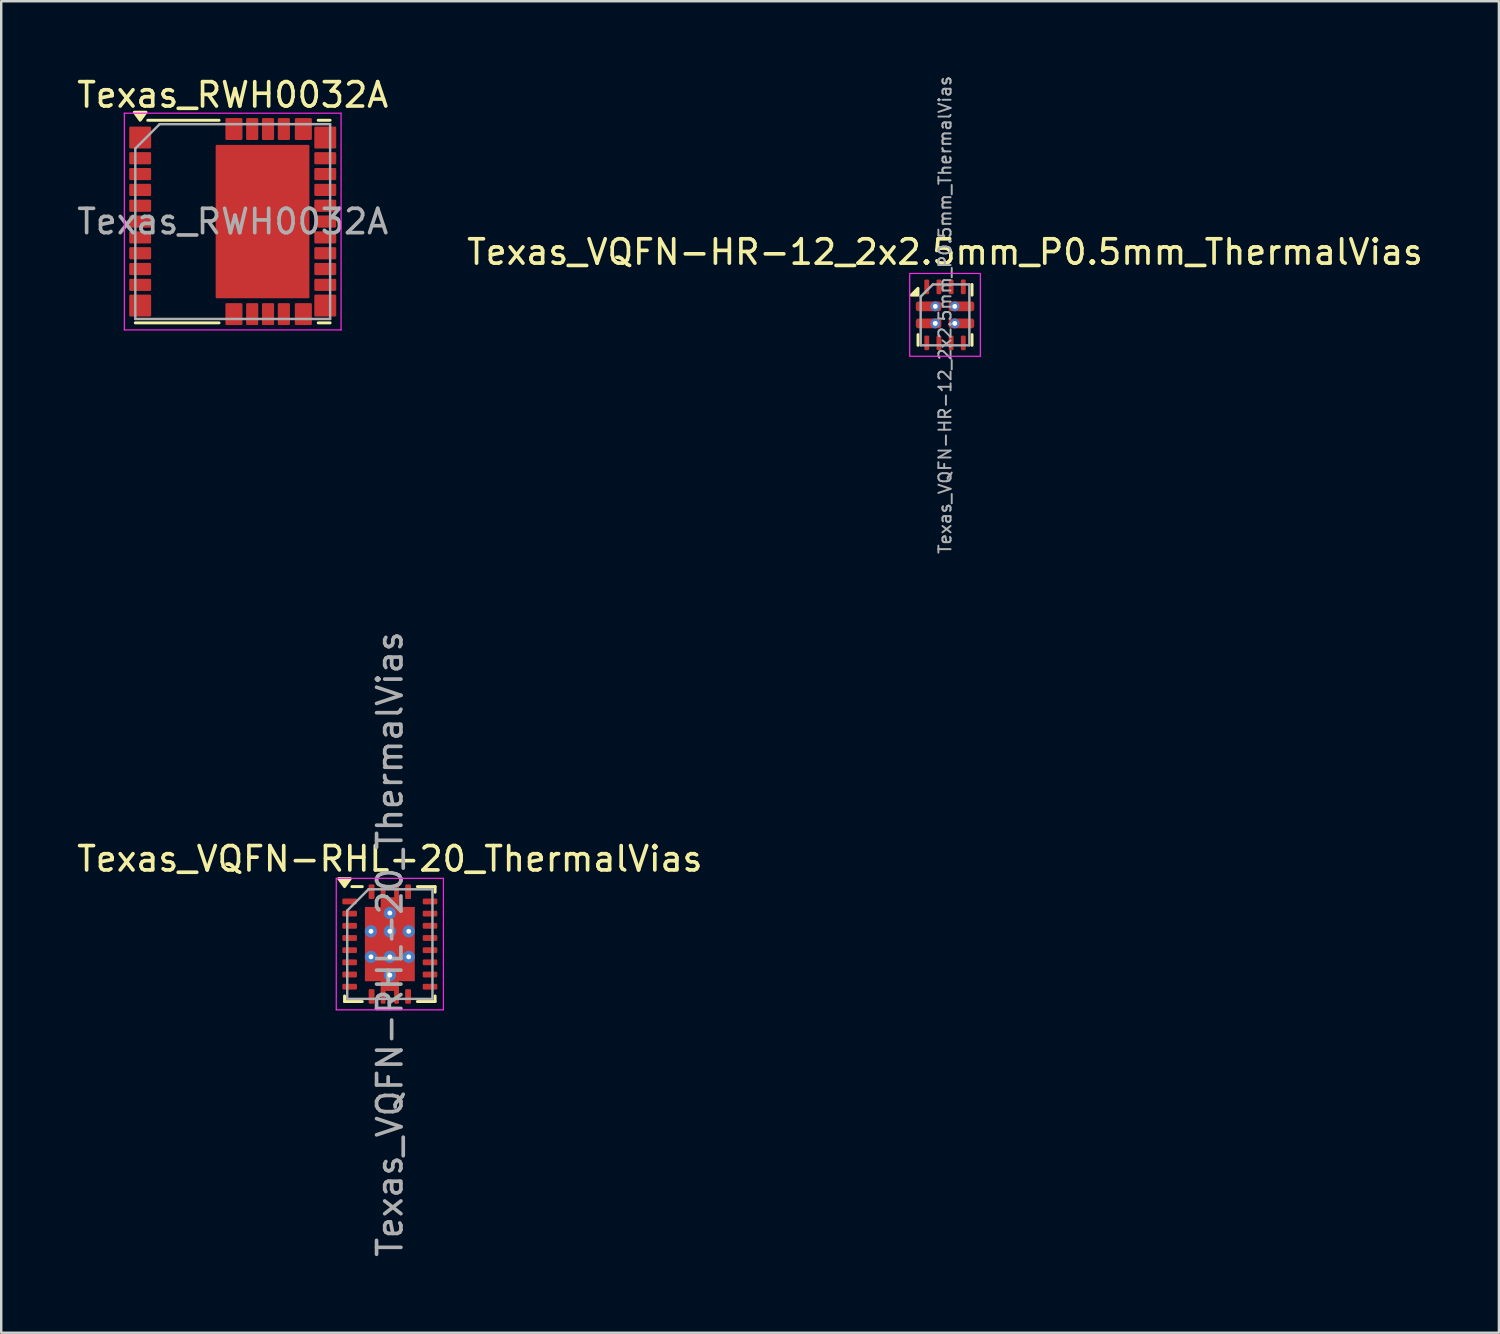
<source format=kicad_pcb>
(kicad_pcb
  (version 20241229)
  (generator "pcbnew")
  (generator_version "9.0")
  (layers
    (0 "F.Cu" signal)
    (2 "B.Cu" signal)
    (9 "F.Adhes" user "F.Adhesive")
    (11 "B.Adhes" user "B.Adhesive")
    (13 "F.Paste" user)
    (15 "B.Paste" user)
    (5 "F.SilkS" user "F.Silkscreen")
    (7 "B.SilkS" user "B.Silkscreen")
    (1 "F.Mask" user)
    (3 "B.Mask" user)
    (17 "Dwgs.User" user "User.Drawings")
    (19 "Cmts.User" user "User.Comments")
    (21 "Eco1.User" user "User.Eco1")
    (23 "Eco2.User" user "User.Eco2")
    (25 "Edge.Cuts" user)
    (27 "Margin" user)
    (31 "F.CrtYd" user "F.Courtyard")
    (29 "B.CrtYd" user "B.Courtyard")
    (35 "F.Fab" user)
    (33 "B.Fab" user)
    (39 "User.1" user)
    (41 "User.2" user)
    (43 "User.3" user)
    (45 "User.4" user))
  (footprint "Texas_VQFN-RHL-20_ThermalVias"
    (layer "F.Cu")
    (at 12.958 35.717)
    (property "Reference" "Texas_VQFN-RHL-20_ThermalVias" (at 0 -3.5 0) (layer "F.SilkS") (effects (font (size 1 1) (thickness 0.15))))
    (attr smd)
    (fp_line (start -1.86 2.13) (end -1.86 2.36) (stroke (width 0.12) (type solid)) (layer "F.SilkS"))
    (fp_line (start -1.86 2.36) (end -1.13 2.36) (stroke (width 0.12) (type solid)) (layer "F.SilkS"))
    (fp_line (start -1.13 -2.36) (end -1.56 -2.36) (stroke (width 0.12) (type solid)) (layer "F.SilkS"))
    (fp_line (start 1.13 -2.36) (end 1.86 -2.36) (stroke (width 0.12) (type solid)) (layer "F.SilkS"))
    (fp_line (start 1.13 2.36) (end 1.86 2.36) (stroke (width 0.12) (type solid)) (layer "F.SilkS"))
    (fp_line (start 1.86 -2.36) (end 1.86 -2.13) (stroke (width 0.12) (type solid)) (layer "F.SilkS"))
    (fp_line (start 1.86 2.13) (end 1.86 2.36) (stroke (width 0.12) (type solid)) (layer "F.SilkS"))
    (fp_poly (pts (xy -1.86 -2.36) (xy -2.1 -2.69) (xy -1.62 -2.69) (xy -1.86 -2.36)) (stroke (width 0.12) (type solid)) (fill yes) (layer "F.SilkS"))
    (fp_line (start -2.2 -2.7) (end -2.2 2.7) (stroke (width 0.05) (type solid)) (layer "F.CrtYd"))
    (fp_line (start -2.2 -2.7) (end 2.2 -2.7) (stroke (width 0.05) (type solid)) (layer "F.CrtYd"))
    (fp_line (start -2.2 2.7) (end 2.2 2.7) (stroke (width 0.05) (type solid)) (layer "F.CrtYd"))
    (fp_line (start 2.2 -2.7) (end 2.2 2.7) (stroke (width 0.05) (type solid)) (layer "F.CrtYd"))
    (fp_line (start -1.75 -1.375) (end -1.75 2.25) (stroke (width 0.1) (type solid)) (layer "F.Fab"))
    (fp_line (start -1.75 -1.375) (end -0.875 -2.25) (stroke (width 0.1) (type solid)) (layer "F.Fab"))
    (fp_line (start -1.75 2.25) (end 1.75 2.25) (stroke (width 0.1) (type solid)) (layer "F.Fab"))
    (fp_line (start -0.875 -2.25) (end 1.75 -2.25) (stroke (width 0.1) (type solid)) (layer "F.Fab"))
    (fp_line (start 1.75 -2.25) (end 1.75 2.25) (stroke (width 0.1) (type solid)) (layer "F.Fab"))
    (fp_text user "${REFERENCE}" (at 0 0 90) (layer "F.Fab") (effects (font (size 1 1) (thickness 0.15))))
    (pad "" smd rect (at -0.56 -1.05) (size 0.92 0.85) (layers "F.Paste"))
    (pad "" smd rect (at -0.56 0) (size 0.92 0.85) (layers "F.Paste"))
    (pad "" smd rect (at -0.56 1.05) (size 0.92 0.85) (layers "F.Paste"))
    (pad "" smd rect (at 0 -1.8) (size 0.75 0.25) (layers "F.Paste"))
    (pad "" smd rect (at 0 1.8) (size 0.75 0.25) (layers "F.Paste"))
    (pad "" smd rect (at 0.56 -1.05) (size 0.92 0.85) (layers "F.Paste"))
    (pad "" smd rect (at 0.56 0) (size 0.92 0.85) (layers "F.Paste"))
    (pad "" smd rect (at 0.56 1.05) (size 0.92 0.85) (layers "F.Paste"))
    (pad "1" smd roundrect (at -0.75 -2.15) (size 0.24 0.6) (layers "F.Cu" "F.Mask" "F.Paste") (roundrect_rratio 0.21))
    (pad "2" smd roundrect (at -1.65 -1.75) (size 0.6 0.24) (layers "F.Cu" "F.Mask" "F.Paste") (roundrect_rratio 0.21))
    (pad "3" smd roundrect (at -1.65 -1.25) (size 0.6 0.24) (layers "F.Cu" "F.Mask" "F.Paste") (roundrect_rratio 0.21))
    (pad "4" smd roundrect (at -1.65 -0.75) (size 0.6 0.24) (layers "F.Cu" "F.Mask" "F.Paste") (roundrect_rratio 0.21))
    (pad "5" smd roundrect (at -1.65 -0.25) (size 0.6 0.24) (layers "F.Cu" "F.Mask" "F.Paste") (roundrect_rratio 0.21))
    (pad "6" smd roundrect (at -1.65 0.25) (size 0.6 0.24) (layers "F.Cu" "F.Mask" "F.Paste") (roundrect_rratio 0.21))
    (pad "7" smd roundrect (at -1.65 0.75) (size 0.6 0.24) (layers "F.Cu" "F.Mask" "F.Paste") (roundrect_rratio 0.21))
    (pad "8" smd roundrect (at -1.65 1.25) (size 0.6 0.24) (layers "F.Cu" "F.Mask" "F.Paste") (roundrect_rratio 0.21))
    (pad "9" smd roundrect (at -1.65 1.75) (size 0.6 0.24) (layers "F.Cu" "F.Mask" "F.Paste") (roundrect_rratio 0.21))
    (pad "10" smd roundrect (at -0.75 2.15) (size 0.24 0.6) (layers "F.Cu" "F.Mask" "F.Paste") (roundrect_rratio 0.21))
    (pad "11" smd roundrect (at 0.75 2.15) (size 0.24 0.6) (layers "F.Cu" "F.Mask" "F.Paste") (roundrect_rratio 0.21))
    (pad "12" smd roundrect (at 1.65 1.75) (size 0.6 0.24) (layers "F.Cu" "F.Mask" "F.Paste") (roundrect_rratio 0.21))
    (pad "13" smd roundrect (at 1.65 1.25) (size 0.6 0.24) (layers "F.Cu" "F.Mask" "F.Paste") (roundrect_rratio 0.21))
    (pad "14" smd roundrect (at 1.65 0.75) (size 0.6 0.24) (layers "F.Cu" "F.Mask" "F.Paste") (roundrect_rratio 0.21))
    (pad "15" smd roundrect (at 1.65 0.25) (size 0.6 0.24) (layers "F.Cu" "F.Mask" "F.Paste") (roundrect_rratio 0.21))
    (pad "16" smd roundrect (at 1.65 -0.25) (size 0.6 0.24) (layers "F.Cu" "F.Mask" "F.Paste") (roundrect_rratio 0.21))
    (pad "17" smd roundrect (at 1.65 -0.75) (size 0.6 0.24) (layers "F.Cu" "F.Mask" "F.Paste") (roundrect_rratio 0.21))
    (pad "18" smd roundrect (at 1.65 -1.25) (size 0.6 0.24) (layers "F.Cu" "F.Mask" "F.Paste") (roundrect_rratio 0.21))
    (pad "19" smd roundrect (at 1.65 -1.75) (size 0.6 0.24) (layers "F.Cu" "F.Mask" "F.Paste") (roundrect_rratio 0.21))
    (pad "20" smd roundrect (at 0.75 -2.15) (size 0.24 0.6) (layers "F.Cu" "F.Mask" "F.Paste") (roundrect_rratio 0.21))
    (pad "21" thru_hole circle (at -0.775 -0.525) (size 0.5 0.5) (drill 0.2) (layers "*.Cu"))
    (pad "21" thru_hole circle (at -0.775 0.525) (size 0.5 0.5) (drill 0.2) (layers "*.Cu"))
    (pad "21" smd roundrect (at -0.275 -2.15) (size 0.2 0.6) (layers "F.Cu" "F.Mask" "F.Paste") (roundrect_rratio 0.25))
    (pad "21" smd roundrect (at -0.275 2.15) (size 0.2 0.6) (layers "F.Cu" "F.Mask" "F.Paste") (roundrect_rratio 0.25))
    (pad "21" thru_hole circle (at 0 -1.275) (size 0.5 0.5) (drill 0.2) (layers "*.Cu"))
    (pad "21" thru_hole circle (at 0 -0.525) (size 0.5 0.5) (drill 0.2) (layers "*.Cu"))
    (pad "21" smd custom (at 0 0) (size 1.524 1.524) (layers "F.Cu" "F.Mask") (options (anchor rect)) (primitives (gr_poly (pts (xy 0.375 -1.525) (xy 1.025 -1.525) (xy 1.025 1.525) (xy 0.375 1.525) (xy 0.375 1.925) (xy -0.375 1.925) (xy -0.375 1.525) (xy -1.025 1.525) (xy -1.025 -1.525) (xy -0.375 -1.525) (xy -0.375 -1.925) (xy 0.375 -1.925)) (width 0) (fill yes))))
    (pad "21" thru_hole circle (at 0 0.525) (size 0.5 0.5) (drill 0.2) (layers "*.Cu"))
    (pad "21" thru_hole circle (at 0 1.275) (size 0.5 0.5) (drill 0.2) (layers "*.Cu"))
    (pad "21" smd roundrect (at 0.275 -2.15) (size 0.2 0.6) (layers "F.Cu" "F.Mask" "F.Paste") (roundrect_rratio 0.25))
    (pad "21" smd roundrect (at 0.275 2.15) (size 0.2 0.6) (layers "F.Cu" "F.Mask" "F.Paste") (roundrect_rratio 0.25))
    (pad "21" thru_hole circle (at 0.775 -0.525) (size 0.5 0.5) (drill 0.2) (layers "*.Cu"))
    (pad "21" thru_hole circle (at 0.775 0.525) (size 0.5 0.5) (drill 0.2) (layers "*.Cu")))
  (footprint "Texas_VQFN-HR-12_2x2.5mm_P0.5mm_ThermalVias"
    (layer "F.Cu")
    (at 35.756 9.88)
    (property "Reference" "Texas_VQFN-HR-12_2x2.5mm_P0.5mm_ThermalVias" (at 0 -2.58 0) (layer "F.SilkS") (effects (font (size 1 1) (thickness 0.15))))
    (attr smd)
    (fp_line (start -1.11 1.25) (end -1.11 0.81) (stroke (width 0.12) (type solid)) (layer "F.SilkS"))
    (fp_line (start 1.11 -1.25) (end 1.11 -0.81) (stroke (width 0.12) (type solid)) (layer "F.SilkS"))
    (fp_line (start 1.11 1.25) (end 1.11 0.81) (stroke (width 0.12) (type solid)) (layer "F.SilkS"))
    (fp_poly (pts (xy -1.11 -0.81) (xy -1.39 -0.81) (xy -1.11 -1.09) (xy -1.11 -0.81)) (stroke (width 0.12) (type solid)) (fill yes) (layer "F.SilkS"))
    (fp_line (start -1.45 -1.7) (end -1.45 1.7) (stroke (width 0.05) (type solid)) (layer "F.CrtYd"))
    (fp_line (start -1.45 1.7) (end 1.45 1.7) (stroke (width 0.05) (type solid)) (layer "F.CrtYd"))
    (fp_line (start 1.45 -1.7) (end -1.45 -1.7) (stroke (width 0.05) (type solid)) (layer "F.CrtYd"))
    (fp_line (start 1.45 1.7) (end 1.45 -1.7) (stroke (width 0.05) (type solid)) (layer "F.CrtYd"))
    (fp_line (start -1 -0.75) (end -0.5 -1.25) (stroke (width 0.1) (type solid)) (layer "F.Fab"))
    (fp_line (start -1 1.25) (end -1 -0.75) (stroke (width 0.1) (type solid)) (layer "F.Fab"))
    (fp_line (start -0.5 -1.25) (end 1 -1.25) (stroke (width 0.1) (type solid)) (layer "F.Fab"))
    (fp_line (start 1 -1.25) (end 1 1.25) (stroke (width 0.1) (type solid)) (layer "F.Fab"))
    (fp_line (start 1 1.25) (end -1 1.25) (stroke (width 0.1) (type solid)) (layer "F.Fab"))
    (fp_text user "${REFERENCE}" (at 0 0 90) (layer "F.Fab") (effects (font (size 0.5 0.5) (thickness 0.08))))
    (pad "1" smd roundrect (at -0.675 -0.35) (size 1.05 0.4) (layers "F.Cu" "F.Mask" "F.Paste") (roundrect_rratio 0.25))
    (pad "1" thru_hole circle (at -0.4 -0.35) (size 0.4 0.4) (drill 0.2) (layers "*.Cu"))
    (pad "2" smd roundrect (at -0.675 0.35) (size 1.05 0.4) (layers "F.Cu" "F.Mask" "F.Paste") (roundrect_rratio 0.25))
    (pad "2" thru_hole circle (at -0.4 0.35) (size 0.4 0.4) (drill 0.2) (layers "*.Cu"))
    (pad "3" smd roundrect (at -0.75 1.15) (size 0.2 0.6) (layers "F.Cu" "F.Mask" "F.Paste") (roundrect_rratio 0.25))
    (pad "4" smd roundrect (at -0.25 1.15) (size 0.2 0.6) (layers "F.Cu" "F.Mask" "F.Paste") (roundrect_rratio 0.25))
    (pad "5" smd roundrect (at 0.25 1.15) (size 0.2 0.6) (layers "F.Cu" "F.Mask" "F.Paste") (roundrect_rratio 0.25))
    (pad "6" smd roundrect (at 0.75 1.15) (size 0.2 0.6) (layers "F.Cu" "F.Mask" "F.Paste") (roundrect_rratio 0.25))
    (pad "7" thru_hole circle (at 0.4 0.35) (size 0.4 0.4) (drill 0.2) (layers "*.Cu"))
    (pad "7" smd roundrect (at 0.675 0.35) (size 1.05 0.4) (layers "F.Cu" "F.Mask" "F.Paste") (roundrect_rratio 0.25))
    (pad "8" thru_hole circle (at 0.4 -0.35) (size 0.4 0.4) (drill 0.2) (layers "*.Cu"))
    (pad "8" smd roundrect (at 0.675 -0.35) (size 1.05 0.4) (layers "F.Cu" "F.Mask" "F.Paste") (roundrect_rratio 0.25))
    (pad "9" smd roundrect (at 0.75 -1.15) (size 0.2 0.6) (layers "F.Cu" "F.Mask" "F.Paste") (roundrect_rratio 0.25))
    (pad "10" smd roundrect (at 0.25 -1.15) (size 0.2 0.6) (layers "F.Cu" "F.Mask" "F.Paste") (roundrect_rratio 0.25))
    (pad "11" smd roundrect (at -0.25 -1.15) (size 0.2 0.6) (layers "F.Cu" "F.Mask" "F.Paste") (roundrect_rratio 0.25))
    (pad "12" smd roundrect (at -0.75 -1.15) (size 0.2 0.6) (layers "F.Cu" "F.Mask" "F.Paste") (roundrect_rratio 0.25)))
  (footprint "Texas_RWH0032A"
    (layer "F.Cu")
    (at 6.506 6.048)
    (property "Reference" "Texas_RWH0032A" (at 0 -5.2 0) (layer "F.SilkS") (effects (font (size 1 1) (thickness 0.15))))
    (attr smd)
    (fp_line (start -3.49 -4.16) (end -0.56 -4.16) (stroke (width 0.12) (type solid)) (layer "F.SilkS"))
    (fp_line (start -0.56 4.16) (end -4 4.16) (stroke (width 0.12) (type solid)) (layer "F.SilkS"))
    (fp_line (start 3.51 -4.16) (end 4 -4.16) (stroke (width 0.12) (type solid)) (layer "F.SilkS"))
    (fp_line (start 4 4.16) (end 3.51 4.16) (stroke (width 0.12) (type solid)) (layer "F.SilkS"))
    (fp_poly (pts (xy -3.8 -4.16) (xy -4.04 -4.49) (xy -3.56 -4.49) (xy -3.8 -4.16)) (stroke (width 0.12) (type solid)) (fill yes) (layer "F.SilkS"))
    (fp_line (start -4.45 -4.45) (end 4.45 -4.45) (stroke (width 0.05) (type solid)) (layer "F.CrtYd"))
    (fp_line (start -4.45 4.45) (end -4.45 -4.45) (stroke (width 0.05) (type solid)) (layer "F.CrtYd"))
    (fp_line (start 4.45 -4.45) (end 4.45 4.45) (stroke (width 0.05) (type solid)) (layer "F.CrtYd"))
    (fp_line (start 4.45 4.45) (end -4.45 4.45) (stroke (width 0.05) (type solid)) (layer "F.CrtYd"))
    (fp_line (start -4 4) (end -4 -3) (stroke (width 0.1) (type solid)) (layer "F.Fab"))
    (fp_line (start -3 -4) (end -4 -3) (stroke (width 0.1) (type solid)) (layer "F.Fab"))
    (fp_line (start -3 -4) (end 4 -4) (stroke (width 0.1) (type solid)) (layer "F.Fab"))
    (fp_line (start 4 -4) (end 4 4) (stroke (width 0.1) (type solid)) (layer "F.Fab"))
    (fp_line (start 4 4) (end -4 4) (stroke (width 0.1) (type solid)) (layer "F.Fab"))
    (fp_text user "${REFERENCE}" (at 0 0 0) (layer "F.Fab") (effects (font (size 1 1) (thickness 0.15))))
    (pad "" smd roundrect (at -3.8 -2.6) (size 0.76 0.4) (layers "F.Paste") (roundrect_rratio 0.125))
    (pad "" smd roundrect (at -3.8 -1.95) (size 0.76 0.4) (layers "F.Paste") (roundrect_rratio 0.125))
    (pad "" smd roundrect (at -3.8 -1.3) (size 0.76 0.4) (layers "F.Paste") (roundrect_rratio 0.125))
    (pad "" smd roundrect (at -3.8 -0.65) (size 0.76 0.4) (layers "F.Paste") (roundrect_rratio 0.125))
    (pad "" smd roundrect (at -3.8 0) (size 0.76 0.4) (layers "F.Paste") (roundrect_rratio 0.125))
    (pad "" smd roundrect (at -3.8 0.65) (size 0.76 0.4) (layers "F.Paste") (roundrect_rratio 0.125))
    (pad "" smd roundrect (at -3.8 1.3) (size 0.76 0.4) (layers "F.Paste") (roundrect_rratio 0.125))
    (pad "" smd roundrect (at -3.8 1.95) (size 0.76 0.4) (layers "F.Paste") (roundrect_rratio 0.125))
    (pad "" smd roundrect (at -3.8 2.6) (size 0.76 0.4) (layers "F.Paste") (roundrect_rratio 0.125))
    (pad "" smd roundrect (at 0.05 -3.8) (size 0.6 0.76) (layers "F.Paste") (roundrect_rratio 0.084))
    (pad "" smd roundrect (at 0.05 3.8) (size 0.6 0.76) (layers "F.Paste") (roundrect_rratio 0.084))
    (pad "" smd roundrect (at 0.325 -2.38) (size 1.6 0.99) (layers "F.Paste") (roundrect_rratio 0.051))
    (pad "" smd roundrect (at 0.325 -1.19) (size 1.6 0.99) (layers "F.Paste") (roundrect_rratio 0.051))
    (pad "" smd roundrect (at 0.325 0) (size 1.6 0.99) (layers "F.Paste") (roundrect_rratio 0.051))
    (pad "" smd roundrect (at 0.325 1.19) (size 1.6 0.99) (layers "F.Paste") (roundrect_rratio 0.051))
    (pad "" smd roundrect (at 0.325 2.38) (size 1.6 0.99) (layers "F.Paste") (roundrect_rratio 0.051))
    (pad "" smd roundrect (at 0.8 -3.8) (size 0.4 0.76) (layers "F.Paste") (roundrect_rratio 0.125))
    (pad "" smd roundrect (at 0.8 3.8) (size 0.4 0.76) (layers "F.Paste") (roundrect_rratio 0.125))
    (pad "" smd roundrect (at 1.45 -3.8) (size 0.4 0.76) (layers "F.Paste") (roundrect_rratio 0.125))
    (pad "" smd roundrect (at 1.45 3.8) (size 0.4 0.76) (layers "F.Paste") (roundrect_rratio 0.125))
    (pad "" smd roundrect (at 2.1 -3.8) (size 0.4 0.76) (layers "F.Paste") (roundrect_rratio 0.125))
    (pad "" smd roundrect (at 2.1 3.8) (size 0.4 0.76) (layers "F.Paste") (roundrect_rratio 0.125))
    (pad "" smd roundrect (at 2.125 -2.38) (size 1.6 0.99) (layers "F.Paste") (roundrect_rratio 0.051))
    (pad "" smd roundrect (at 2.125 -1.19) (size 1.6 0.99) (layers "F.Paste") (roundrect_rratio 0.051))
    (pad "" smd roundrect (at 2.125 0) (size 1.6 0.99) (layers "F.Paste") (roundrect_rratio 0.051))
    (pad "" smd roundrect (at 2.125 1.19) (size 1.6 0.99) (layers "F.Paste") (roundrect_rratio 0.051))
    (pad "" smd roundrect (at 2.125 2.38) (size 1.6 0.99) (layers "F.Paste") (roundrect_rratio 0.051))
    (pad "" smd roundrect (at 2.9 -3.8) (size 0.6 0.76) (layers "F.Paste") (roundrect_rratio 0.084))
    (pad "" smd roundrect (at 2.9 3.8) (size 0.6 0.76) (layers "F.Paste") (roundrect_rratio 0.084))
    (pad "" smd roundrect (at 3.8 -2.6) (size 0.76 0.4) (layers "F.Paste") (roundrect_rratio 0.125))
    (pad "" smd roundrect (at 3.8 -1.95) (size 0.76 0.4) (layers "F.Paste") (roundrect_rratio 0.125))
    (pad "" smd roundrect (at 3.8 -1.3) (size 0.76 0.4) (layers "F.Paste") (roundrect_rratio 0.125))
    (pad "" smd roundrect (at 3.8 -0.65) (size 0.76 0.4) (layers "F.Paste") (roundrect_rratio 0.125))
    (pad "" smd roundrect (at 3.8 0) (size 0.76 0.4) (layers "F.Paste") (roundrect_rratio 0.125))
    (pad "" smd roundrect (at 3.8 0.65) (size 0.76 0.4) (layers "F.Paste") (roundrect_rratio 0.125))
    (pad "" smd roundrect (at 3.8 1.3) (size 0.76 0.4) (layers "F.Paste") (roundrect_rratio 0.125))
    (pad "" smd roundrect (at 3.8 1.95) (size 0.76 0.4) (layers "F.Paste") (roundrect_rratio 0.125))
    (pad "" smd roundrect (at 3.8 2.6) (size 0.76 0.4) (layers "F.Paste") (roundrect_rratio 0.125))
    (pad "1" smd roundrect (at -3.8 -3.45) (size 0.9 0.9) (layers "F.Cu" "F.Mask" "F.Paste") (roundrect_rratio 0.055))
    (pad "2" smd roundrect (at -3.8 -2.6) (size 0.9 0.5) (layers "F.Cu" "F.Mask") (roundrect_rratio 0.1))
    (pad "3" smd roundrect (at -3.8 -1.95) (size 0.9 0.5) (layers "F.Cu" "F.Mask") (roundrect_rratio 0.1))
    (pad "4" smd roundrect (at -3.8 -1.3) (size 0.9 0.5) (layers "F.Cu" "F.Mask") (roundrect_rratio 0.1))
    (pad "5" smd roundrect (at -3.8 -0.65) (size 0.9 0.5) (layers "F.Cu" "F.Mask") (roundrect_rratio 0.1))
    (pad "6" smd roundrect (at -3.8 0) (size 0.9 0.5) (layers "F.Cu" "F.Mask") (roundrect_rratio 0.1))
    (pad "7" smd roundrect (at -3.8 0.65) (size 0.9 0.5) (layers "F.Cu" "F.Mask") (roundrect_rratio 0.1))
    (pad "8" smd roundrect (at -3.8 1.3) (size 0.9 0.5) (layers "F.Cu" "F.Mask") (roundrect_rratio 0.1))
    (pad "9" smd roundrect (at -3.8 1.95) (size 0.9 0.5) (layers "F.Cu" "F.Mask") (roundrect_rratio 0.1))
    (pad "10" smd roundrect (at -3.8 2.6) (size 0.9 0.5) (layers "F.Cu" "F.Mask") (roundrect_rratio 0.1))
    (pad "11" smd roundrect (at -3.8 3.45) (size 0.9 0.9) (layers "F.Cu" "F.Mask" "F.Paste") (roundrect_rratio 0.055))
    (pad "12" smd roundrect (at 0.05 3.8) (size 0.7 0.9) (layers "F.Cu" "F.Mask") (roundrect_rratio 0.072))
    (pad "13" smd roundrect (at 0.8 3.8) (size 0.5 0.9) (layers "F.Cu" "F.Mask") (roundrect_rratio 0.1))
    (pad "14" smd roundrect (at 1.45 3.8) (size 0.5 0.9) (layers "F.Cu" "F.Mask") (roundrect_rratio 0.1))
    (pad "15" smd roundrect (at 2.1 3.8) (size 0.5 0.9) (layers "F.Cu" "F.Mask") (roundrect_rratio 0.1))
    (pad "16" smd roundrect (at 2.9 3.8) (size 0.7 0.9) (layers "F.Cu" "F.Mask") (roundrect_rratio 0.072))
    (pad "17" smd roundrect (at 3.8 3.45) (size 0.9 0.9) (layers "F.Cu" "F.Mask" "F.Paste") (roundrect_rratio 0.055))
    (pad "18" smd roundrect (at 3.8 2.6) (size 0.9 0.5) (layers "F.Cu" "F.Mask") (roundrect_rratio 0.1))
    (pad "19" smd roundrect (at 3.8 1.95) (size 0.9 0.5) (layers "F.Cu" "F.Mask") (roundrect_rratio 0.1))
    (pad "20" smd roundrect (at 3.8 1.3) (size 0.9 0.5) (layers "F.Cu" "F.Mask") (roundrect_rratio 0.1))
    (pad "21" smd roundrect (at 3.8 0.65) (size 0.9 0.5) (layers "F.Cu" "F.Mask") (roundrect_rratio 0.1))
    (pad "22" smd roundrect (at 3.8 0) (size 0.9 0.5) (layers "F.Cu" "F.Mask") (roundrect_rratio 0.1))
    (pad "23" smd roundrect (at 3.8 -0.65) (size 0.9 0.5) (layers "F.Cu" "F.Mask") (roundrect_rratio 0.1))
    (pad "24" smd roundrect (at 3.8 -1.3) (size 0.9 0.5) (layers "F.Cu" "F.Mask") (roundrect_rratio 0.1))
    (pad "25" smd roundrect (at 3.8 -1.95) (size 0.9 0.5) (layers "F.Cu" "F.Mask") (roundrect_rratio 0.1))
    (pad "26" smd roundrect (at 3.8 -2.6) (size 0.9 0.5) (layers "F.Cu" "F.Mask") (roundrect_rratio 0.1))
    (pad "27" smd roundrect (at 3.8 -3.45) (size 0.9 0.9) (layers "F.Cu" "F.Mask" "F.Paste") (roundrect_rratio 0.055))
    (pad "28" smd roundrect (at 2.9 -3.8) (size 0.7 0.9) (layers "F.Cu" "F.Mask") (roundrect_rratio 0.072))
    (pad "29" smd roundrect (at 2.1 -3.8) (size 0.5 0.9) (layers "F.Cu" "F.Mask") (roundrect_rratio 0.1))
    (pad "30" smd roundrect (at 1.45 -3.8) (size 0.5 0.9) (layers "F.Cu" "F.Mask") (roundrect_rratio 0.1))
    (pad "31" smd roundrect (at 0.8 -3.8) (size 0.5 0.9) (layers "F.Cu" "F.Mask") (roundrect_rratio 0.1))
    (pad "32" smd roundrect (at 0.05 -3.8) (size 0.7 0.9) (layers "F.Cu" "F.Mask") (roundrect_rratio 0.072))
    (pad "33" smd roundrect (at 1.225 0) (size 3.85 6.3) (layers "F.Cu" "F.Mask") (roundrect_rratio 0.013)))
  (gr_rect
    (start -3 -3)
    (end 58.5 51.676)
    (stroke (width 0.1) (type default))
    (fill no)
    (layer "Edge.Cuts")))
</source>
